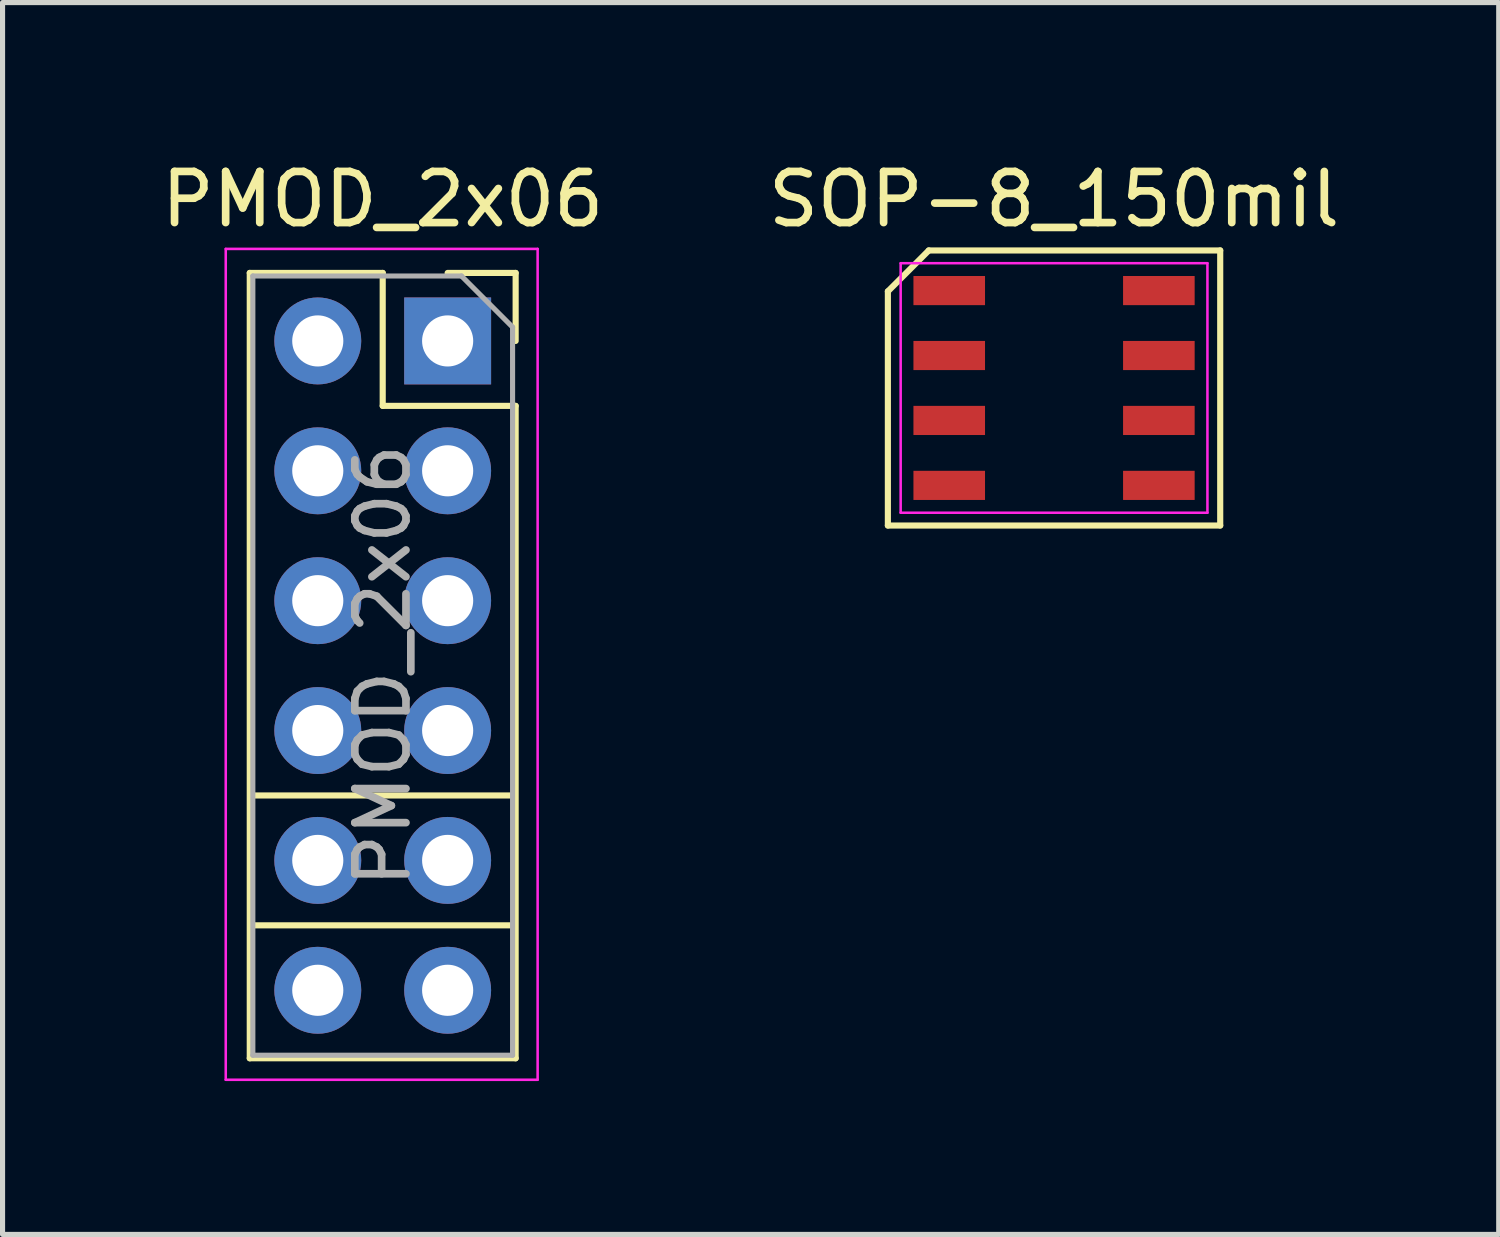
<source format=kicad_pcb>
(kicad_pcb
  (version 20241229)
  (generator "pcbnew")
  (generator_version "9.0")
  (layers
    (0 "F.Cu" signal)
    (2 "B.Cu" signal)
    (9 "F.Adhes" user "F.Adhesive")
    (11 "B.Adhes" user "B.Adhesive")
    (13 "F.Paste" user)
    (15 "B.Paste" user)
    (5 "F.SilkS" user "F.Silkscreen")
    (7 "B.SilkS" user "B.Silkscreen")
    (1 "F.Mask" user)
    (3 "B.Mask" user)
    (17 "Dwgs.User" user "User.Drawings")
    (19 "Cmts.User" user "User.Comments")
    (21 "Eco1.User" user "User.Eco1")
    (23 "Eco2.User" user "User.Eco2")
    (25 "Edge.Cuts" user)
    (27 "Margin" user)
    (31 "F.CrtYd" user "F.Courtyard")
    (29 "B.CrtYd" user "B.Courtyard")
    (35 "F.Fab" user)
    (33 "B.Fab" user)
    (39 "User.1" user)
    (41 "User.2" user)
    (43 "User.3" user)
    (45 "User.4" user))
  (footprint "SOP-8_150mil"
    (layer "F.Cu")
    (at 17.565 4.538)
    (property "Reference" "SOP-8_150mil" (at 0 -3.69 0) (layer "F.SilkS") (effects (font (size 1 1) (thickness 0.15))))
    (attr smd)
    (fp_line (start -3.25 -1.89) (end -2.45 -2.69) (stroke (width 0.12) (type solid)) (layer "F.SilkS"))
    (fp_line (start -3.25 2.69) (end -3.25 -1.89) (stroke (width 0.12) (type solid)) (layer "F.SilkS"))
    (fp_line (start -2.45 -2.69) (end 3.25 -2.69) (stroke (width 0.12) (type solid)) (layer "F.SilkS"))
    (fp_line (start 3.25 -2.69) (end 3.25 2.69) (stroke (width 0.12) (type solid)) (layer "F.SilkS"))
    (fp_line (start 3.25 2.69) (end -3.25 2.69) (stroke (width 0.12) (type solid)) (layer "F.SilkS"))
    (fp_line (start -3 -2.44) (end 3 -2.44) (stroke (width 0.05) (type solid)) (layer "F.CrtYd"))
    (fp_line (start -3 2.44) (end -3 -2.44) (stroke (width 0.05) (type solid)) (layer "F.CrtYd"))
    (fp_line (start 3 -2.44) (end 3 2.44) (stroke (width 0.05) (type solid)) (layer "F.CrtYd"))
    (fp_line (start 3 2.44) (end -3 2.44) (stroke (width 0.05) (type solid)) (layer "F.CrtYd"))
    (pad "1" smd rect (at -2.05 -1.905 270) (size 0.57 1.4) (layers "F.Cu" "F.Mask" "F.Paste"))
    (pad "2" smd rect (at -2.05 -0.635 270) (size 0.57 1.4) (layers "F.Cu" "F.Mask" "F.Paste"))
    (pad "3" smd rect (at -2.05 0.635 270) (size 0.57 1.4) (layers "F.Cu" "F.Mask" "F.Paste"))
    (pad "4" smd rect (at -2.05 1.905 270) (size 0.57 1.4) (layers "F.Cu" "F.Mask" "F.Paste"))
    (pad "5" smd rect (at 2.05 1.905 270) (size 0.57 1.4) (layers "F.Cu" "F.Mask" "F.Paste"))
    (pad "6" smd rect (at 2.05 0.635 270) (size 0.57 1.4) (layers "F.Cu" "F.Mask" "F.Paste"))
    (pad "7" smd rect (at 2.05 -0.635 270) (size 0.57 1.4) (layers "F.Cu" "F.Mask" "F.Paste"))
    (pad "8" smd rect (at 2.05 -1.905 270) (size 0.57 1.4) (layers "F.Cu" "F.Mask" "F.Paste")))
  (footprint "PMOD_2x06"
    (layer "F.Cu")
    (at 5.705 3.618)
    (property "Reference" "PMOD_2x06" (at -1.27 -2.77 0) (layer "F.SilkS") (effects (font (size 1 1) (thickness 0.15))))
    (attr through_hole)
    (fp_line (start -3.87 -1.33) (end -3.87 14.03) (stroke (width 0.12) (type solid)) (layer "F.SilkS"))
    (fp_line (start -3.87 -1.33) (end -1.27 -1.33) (stroke (width 0.12) (type solid)) (layer "F.SilkS"))
    (fp_line (start -3.87 14.03) (end 1.33 14.03) (stroke (width 0.12) (type solid)) (layer "F.SilkS"))
    (fp_line (start -3.81 8.89) (end 1.27 8.89) (stroke (width 0.12) (type solid)) (layer "F.SilkS"))
    (fp_line (start -3.81 11.43) (end 1.27 11.43) (stroke (width 0.12) (type solid)) (layer "F.SilkS"))
    (fp_line (start -1.27 -1.33) (end -1.27 1.27) (stroke (width 0.12) (type solid)) (layer "F.SilkS"))
    (fp_line (start -1.27 1.27) (end 1.33 1.27) (stroke (width 0.12) (type solid)) (layer "F.SilkS"))
    (fp_line (start 0 -1.33) (end 1.33 -1.33) (stroke (width 0.12) (type solid)) (layer "F.SilkS"))
    (fp_line (start 1.33 -1.33) (end 1.33 0) (stroke (width 0.12) (type solid)) (layer "F.SilkS"))
    (fp_line (start 1.33 1.27) (end 1.33 14.03) (stroke (width 0.12) (type solid)) (layer "F.SilkS"))
    (fp_line (start -4.34 -1.8) (end 1.76 -1.8) (stroke (width 0.05) (type solid)) (layer "F.CrtYd"))
    (fp_line (start -4.34 14.45) (end -4.34 -1.8) (stroke (width 0.05) (type solid)) (layer "F.CrtYd"))
    (fp_line (start 1.76 -1.8) (end 1.76 14.45) (stroke (width 0.05) (type solid)) (layer "F.CrtYd"))
    (fp_line (start 1.76 14.45) (end -4.34 14.45) (stroke (width 0.05) (type solid)) (layer "F.CrtYd"))
    (fp_line (start -3.81 -1.27) (end 0.27 -1.27) (stroke (width 0.1) (type solid)) (layer "F.Fab"))
    (fp_line (start -3.81 13.97) (end -3.81 -1.27) (stroke (width 0.1) (type solid)) (layer "F.Fab"))
    (fp_line (start 0.27 -1.27) (end 1.27 -0.27) (stroke (width 0.1) (type solid)) (layer "F.Fab"))
    (fp_line (start 1.27 -0.27) (end 1.27 13.97) (stroke (width 0.1) (type solid)) (layer "F.Fab"))
    (fp_line (start 1.27 13.97) (end -3.81 13.97) (stroke (width 0.1) (type solid)) (layer "F.Fab"))
    (fp_text user "${REFERENCE}" (at -1.27 6.35 90) (layer "F.Fab") (effects (font (size 1 1) (thickness 0.15))))
    (pad "1" thru_hole rect (at 0 0) (size 1.7 1.7) (drill 1) (layers "*.Cu" "*.Mask"))
    (pad "2" thru_hole oval (at 0 2.54) (size 1.7 1.7) (drill 1) (layers "*.Cu" "*.Mask"))
    (pad "3" thru_hole oval (at 0 5.08) (size 1.7 1.7) (drill 1) (layers "*.Cu" "*.Mask"))
    (pad "4" thru_hole oval (at 0 7.62) (size 1.7 1.7) (drill 1) (layers "*.Cu" "*.Mask"))
    (pad "5" thru_hole oval (at 0 10.16) (size 1.7 1.7) (drill 1) (layers "*.Cu" "*.Mask"))
    (pad "6" thru_hole oval (at 0 12.7) (size 1.7 1.7) (drill 1) (layers "*.Cu" "*.Mask"))
    (pad "7" thru_hole oval (at -2.54 0) (size 1.7 1.7) (drill 1) (layers "*.Cu" "*.Mask"))
    (pad "8" thru_hole oval (at -2.54 2.54) (size 1.7 1.7) (drill 1) (layers "*.Cu" "*.Mask"))
    (pad "9" thru_hole oval (at -2.54 5.08) (size 1.7 1.7) (drill 1) (layers "*.Cu" "*.Mask"))
    (pad "10" thru_hole oval (at -2.54 7.62) (size 1.7 1.7) (drill 1) (layers "*.Cu" "*.Mask"))
    (pad "11" thru_hole oval (at -2.54 10.16) (size 1.7 1.7) (drill 1) (layers "*.Cu" "*.Mask"))
    (pad "12" thru_hole oval (at -2.54 12.7) (size 1.7 1.7) (drill 1) (layers "*.Cu" "*.Mask")))
  (gr_rect
    (start -3 -3)
    (end 26.262 21.093)
    (stroke (width 0.1) (type default))
    (fill no)
    (layer "Edge.Cuts")))
</source>
